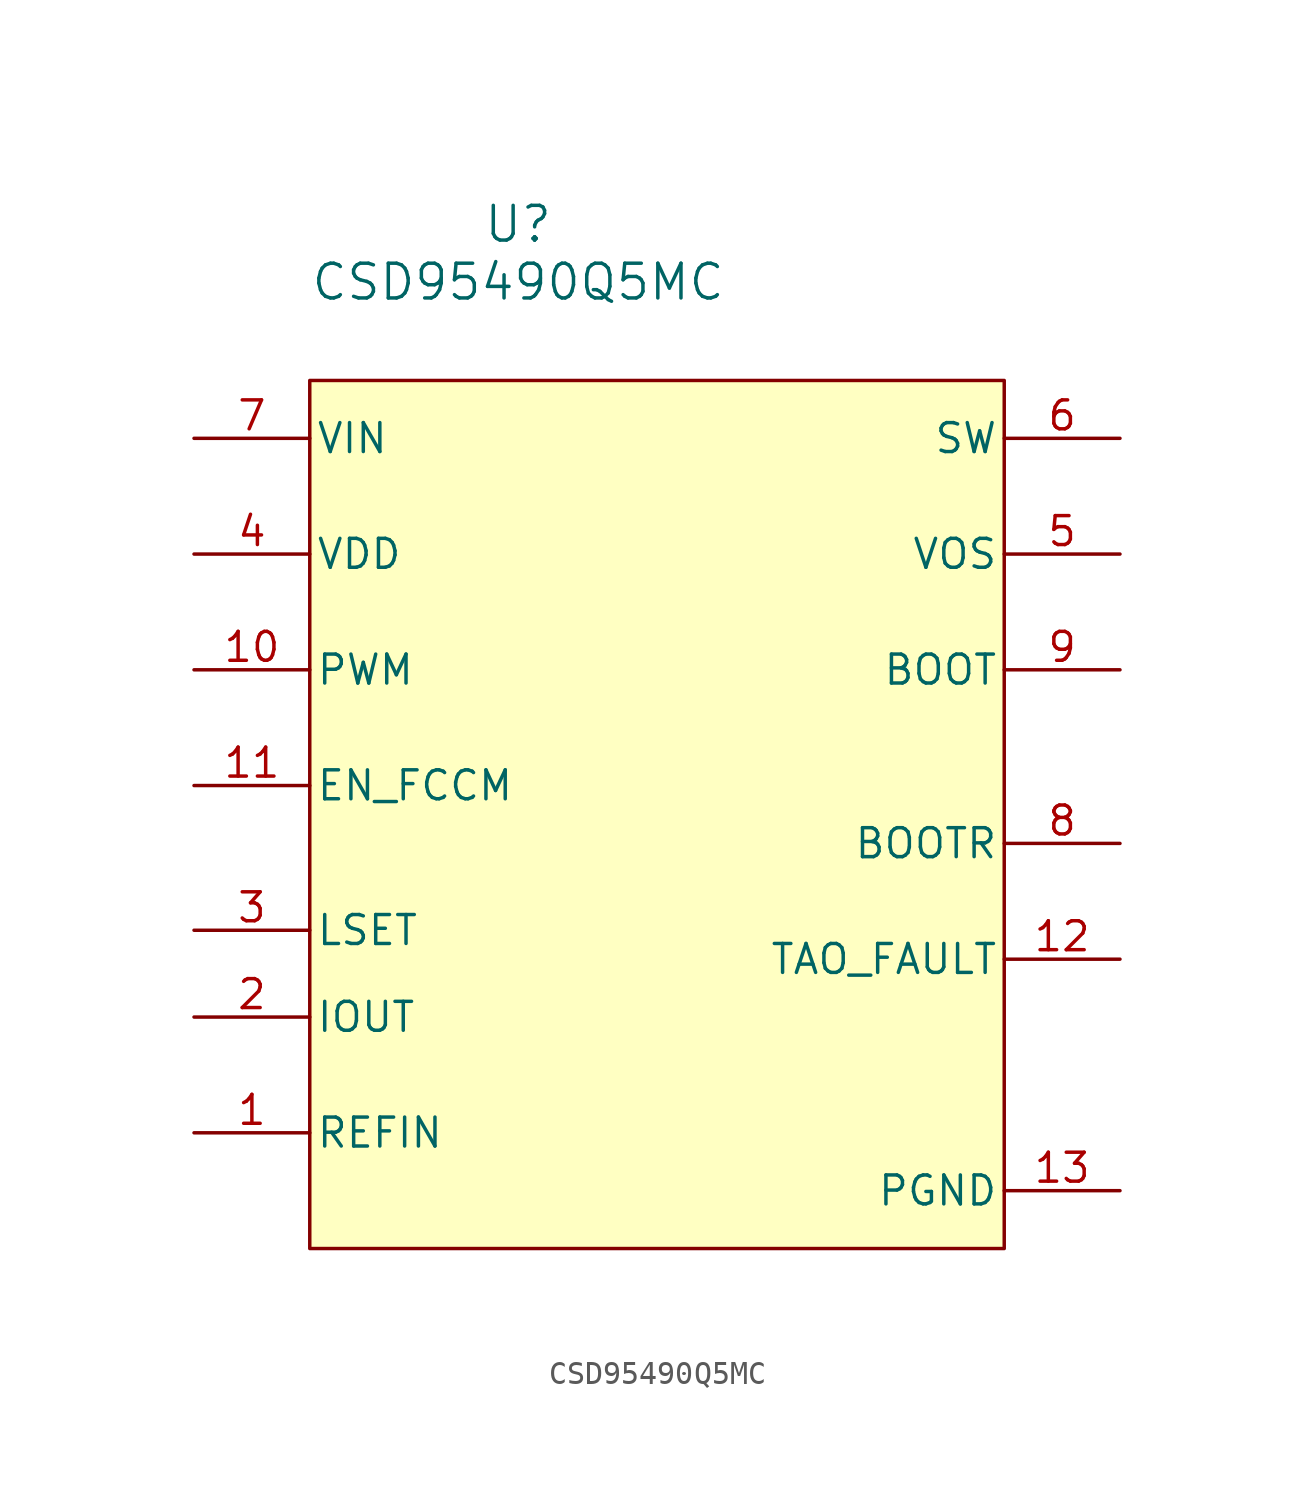
<source format=kicad_sym>
(kicad_symbol_lib
  (version 20231120)
  (generator "kicad_symbol_editor")
  (generator_version "8.0")
  (symbol "CSD95490Q5MC"
    (pin_names
      (offset 0.254))
    (property "Reference" "U"
      (at -6.096 24.638 0)
      (effects (font (size 1.524 1.524))))
    (property "Value" "CSD95490Q5MC"
      (at -6.096 22.098 0)
      (effects (font (size 1.524 1.524))))
    (symbol "CSD95490Q5MC_0_1"
      (pin input line (at -20.32 -15.24 0) (length 5.08) (name "REFIN" (effects (font (size 1.27 1.27)))) (number "1" (effects (font (size 1.27 1.27)))))
      (pin input line (at -20.32 5.08 0) (length 5.08) (name "PWM" (effects (font (size 1.27 1.27)))) (number "10" (effects (font (size 1.27 1.27)))))
      (pin input line (at -20.32 0 0) (length 5.08) (name "EN_FCCM" (effects (font (size 1.27 1.27)))) (number "11" (effects (font (size 1.27 1.27)))))
      (pin output line (at 20.32 -7.62 180) (length 5.08) (name "TAO_FAULT" (effects (font (size 1.27 1.27)))) (number "12" (effects (font (size 1.27 1.27)))))
      (pin power_in line (at 20.32 -17.78 180) (length 5.08) (name "PGND" (effects (font (size 1.27 1.27)))) (number "13" (effects (font (size 1.27 1.27)))))
      (pin output line (at -20.32 -10.16 0) (length 5.08) (name "IOUT" (effects (font (size 1.27 1.27)))) (number "2" (effects (font (size 1.27 1.27)))))
      (pin input line (at -20.32 -6.35 0) (length 5.08) (name "LSET" (effects (font (size 1.27 1.27)))) (number "3" (effects (font (size 1.27 1.27)))))
      (pin power_in line (at -20.32 10.16 0) (length 5.08) (name "VDD" (effects (font (size 1.27 1.27)))) (number "4" (effects (font (size 1.27 1.27)))))
      (pin power_in line (at 20.32 10.16 180) (length 5.08) (name "VOS" (effects (font (size 1.27 1.27)))) (number "5" (effects (font (size 1.27 1.27)))))
      (pin power_in line (at 20.32 15.24 180) (length 5.08) (name "SW" (effects (font (size 1.27 1.27)))) (number "6" (effects (font (size 1.27 1.27)))))
      (pin power_in line (at -20.32 15.24 0) (length 5.08) (name "VIN" (effects (font (size 1.27 1.27)))) (number "7" (effects (font (size 1.27 1.27)))))
      (pin unspecified line (at 20.32 -2.54 180) (length 5.08) (name "BOOTR" (effects (font (size 1.27 1.27)))) (number "8" (effects (font (size 1.27 1.27)))))
      (pin unspecified line (at 20.32 5.08 180) (length 5.08) (name "BOOT" (effects (font (size 1.27 1.27)))) (number "9" (effects (font (size 1.27 1.27))))))
    (symbol "CSD95490Q5MC_1_1"
      (rectangle (start -15.24 17.78) (end 15.24 -20.32) (stroke (width 0) (type default)) (fill (type background))))))
</source>
